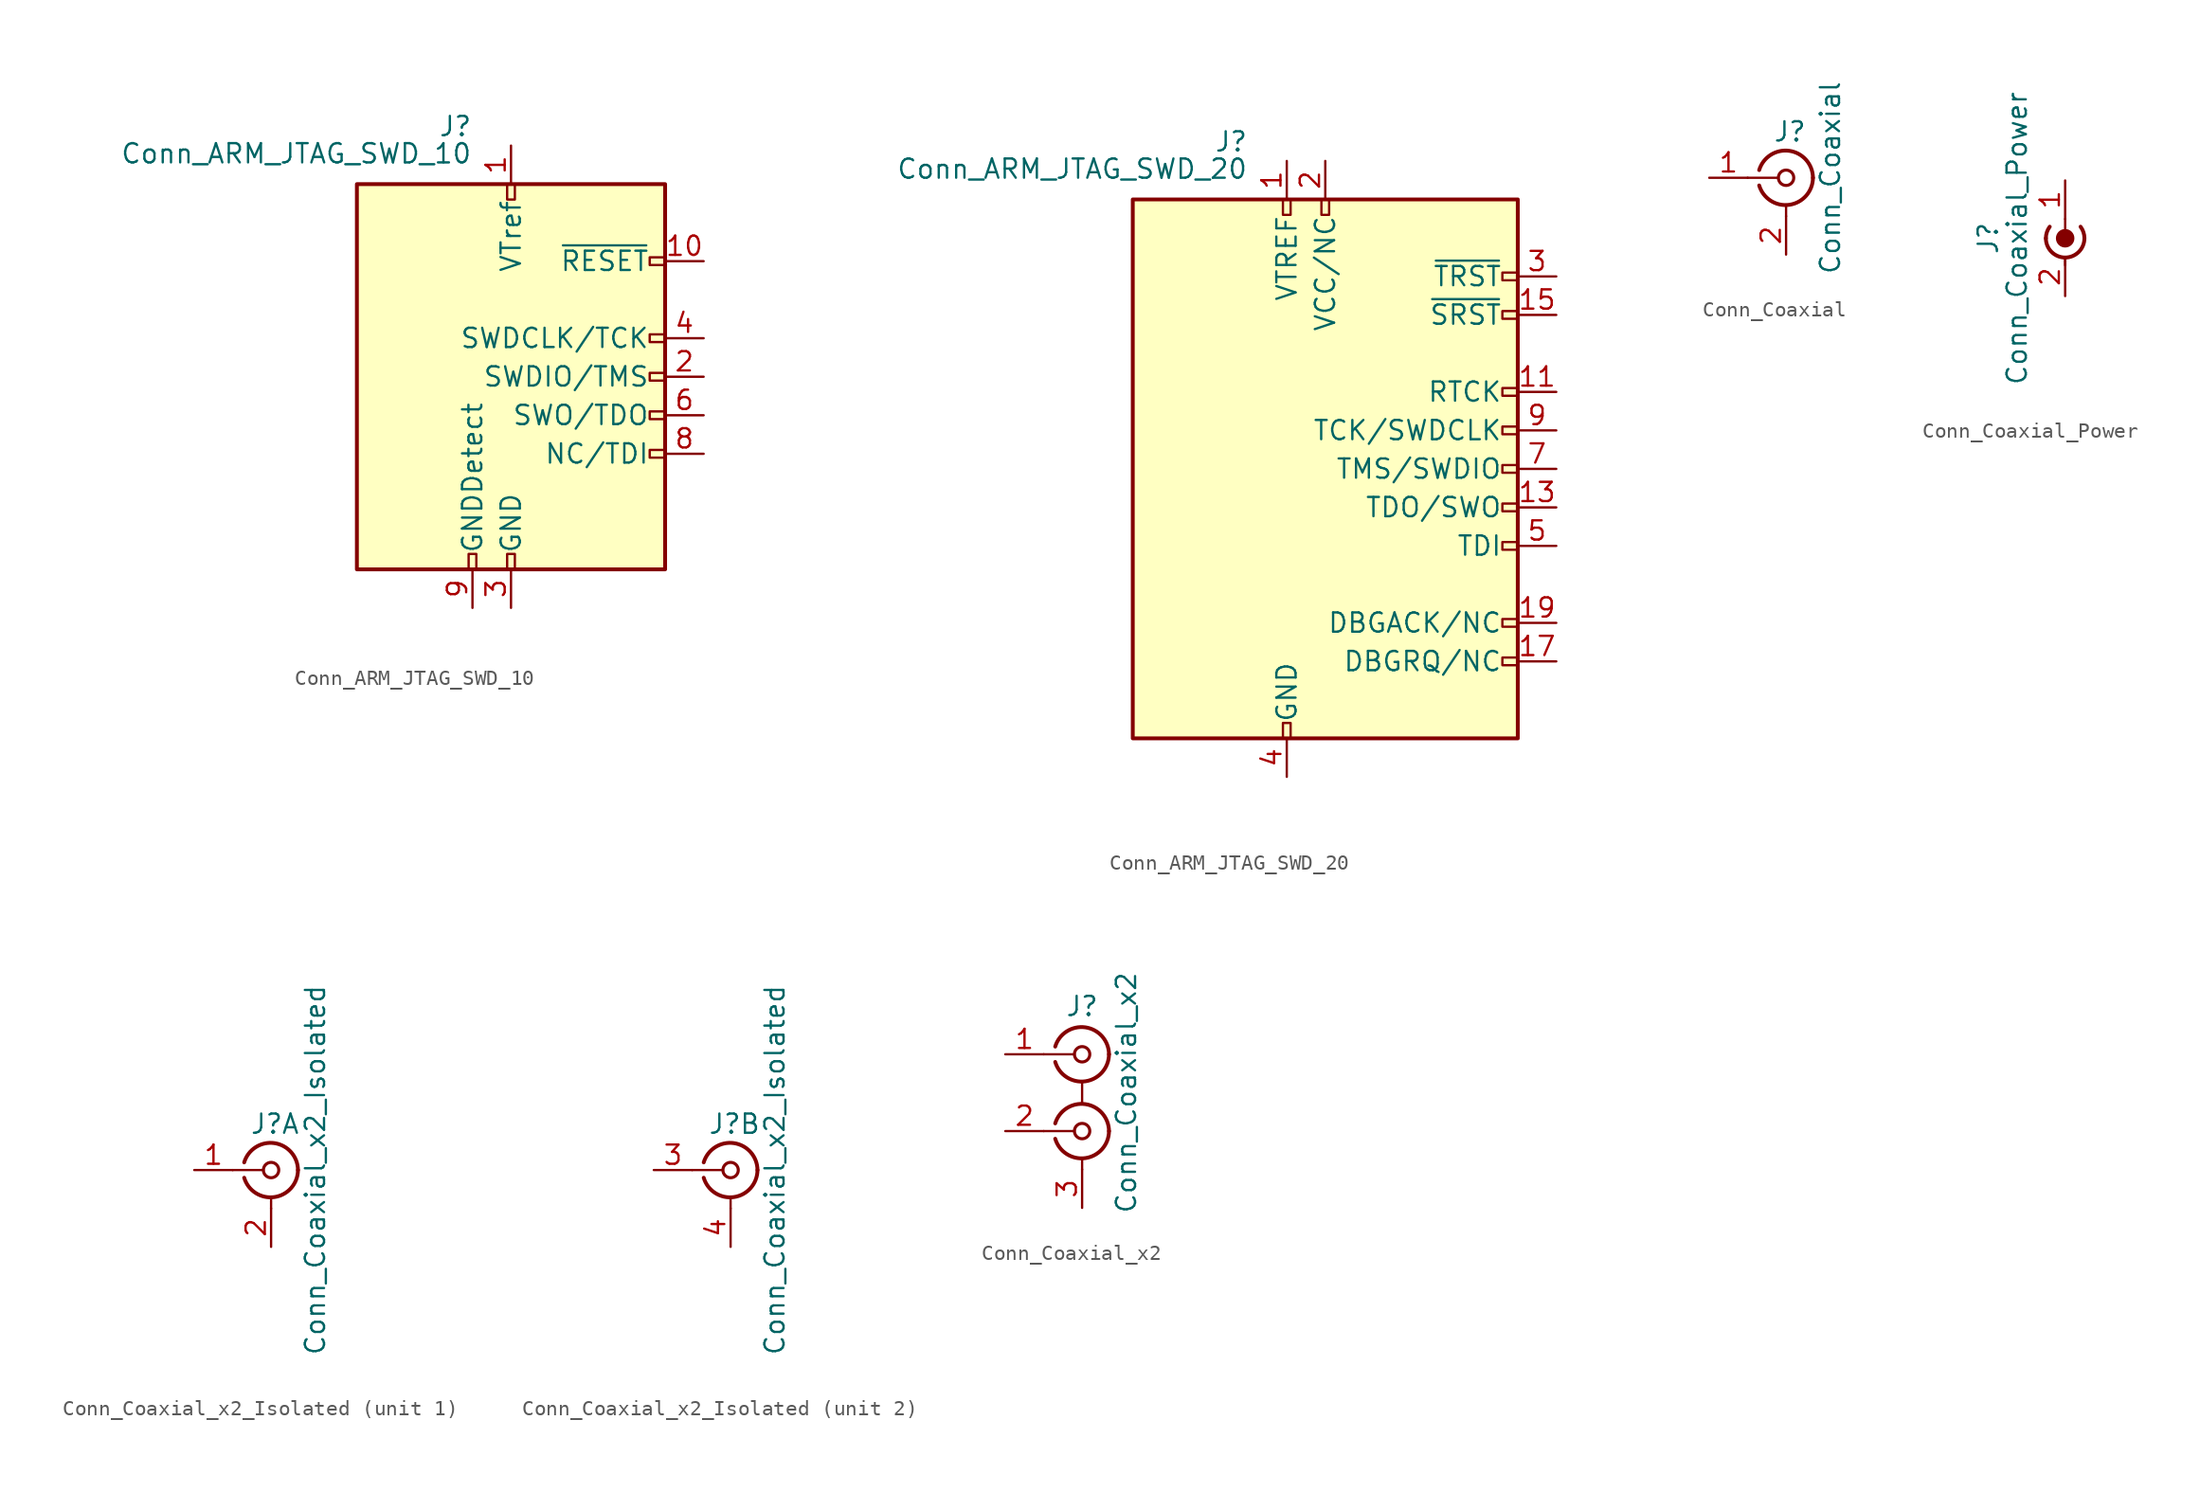
<source format=kicad_sym>
(kicad_symbol_lib
  (version 20201005)
  (generator kicad_symbol_editor)
  (symbol "Connector:Conn_ARM_JTAG_SWD_10"
    (pin_names
      (offset 1.016))
    (property "Reference" "J"
      (at -2.54 16.51 0)
      (effects (font (size 1.27 1.27)) (justify right)))
    (property "Value" "Conn_ARM_JTAG_SWD_10"
      (at -2.54 13.97 0)
      (effects (font (size 1.27 1.27)) (justify right bottom)))
    (symbol "Conn_ARM_JTAG_SWD_10_0_1"
      (rectangle (start -10.16 12.7) (end 10.16 -12.7) (stroke (width 0.254)) (fill (type background)))
      (rectangle (start -2.794 -12.7) (end -2.286 -11.684) (stroke (width 0)) (fill (type none)))
      (rectangle (start -0.254 -12.7) (end 0.254 -11.684) (stroke (width 0)) (fill (type none)))
      (rectangle (start -0.254 12.7) (end 0.254 11.684) (stroke (width 0)) (fill (type none)))
      (rectangle (start 9.144 2.286) (end 10.16 2.794) (stroke (width 0)) (fill (type none)))
      (rectangle (start 10.16 -2.794) (end 9.144 -2.286) (stroke (width 0)) (fill (type none)))
      (rectangle (start 10.16 -0.254) (end 9.144 0.254) (stroke (width 0)) (fill (type none)))
      (rectangle (start 10.16 7.874) (end 9.144 7.366) (stroke (width 0)) (fill (type none))))
    (symbol "Conn_ARM_JTAG_SWD_10_1_1"
      (rectangle (start 9.144 -5.334) (end 10.16 -4.826) (stroke (width 0)) (fill (type none)))
      (pin power_in line (at 0 15.24 270) (length 2.54) (name "VTref" (effects (font (size 1.27 1.27)))) (number "1" (effects (font (size 1.27 1.27)))))
      (pin open_collector line (at 12.7 7.62 180) (length 2.54) (name "~RESET~" (effects (font (size 1.27 1.27)))) (number "10" (effects (font (size 1.27 1.27)))))
      (pin bidirectional line (at 12.7 0 180) (length 2.54) (name "SWDIO/TMS" (effects (font (size 1.27 1.27)))) (number "2" (effects (font (size 1.27 1.27)))))
      (pin power_in line (at 0 -15.24 90) (length 2.54) (name "GND" (effects (font (size 1.27 1.27)))) (number "3" (effects (font (size 1.27 1.27)))))
      (pin output line (at 12.7 2.54 180) (length 2.54) (name "SWDCLK/TCK" (effects (font (size 1.27 1.27)))) (number "4" (effects (font (size 1.27 1.27)))))
      (pin passive line (at 0 -15.24 90) (length 2.54) hide (name "GND" (effects (font (size 1.27 1.27)))) (number "5" (effects (font (size 1.27 1.27)))))
      (pin input line (at 12.7 -2.54 180) (length 2.54) (name "SWO/TDO" (effects (font (size 1.27 1.27)))) (number "6" (effects (font (size 1.27 1.27)))))
      (pin no_connect line (at -10.16 0 0) (length 2.54) hide (name "KEY" (effects (font (size 1.27 1.27)))) (number "7" (effects (font (size 1.27 1.27)))))
      (pin output line (at 12.7 -5.08 180) (length 2.54) (name "NC/TDI" (effects (font (size 1.27 1.27)))) (number "8" (effects (font (size 1.27 1.27)))))
      (pin passive line (at -2.54 -15.24 90) (length 2.54) (name "GNDDetect" (effects (font (size 1.27 1.27)))) (number "9" (effects (font (size 1.27 1.27)))))))
  (symbol "Connector:Conn_ARM_JTAG_SWD_20"
    (pin_names
      (offset 1.016))
    (property "Reference" "J"
      (at -5.08 21.59 0)
      (effects (font (size 1.27 1.27)) (justify right)))
    (property "Value" "Conn_ARM_JTAG_SWD_20"
      (at -5.08 19.05 0)
      (effects (font (size 1.27 1.27)) (justify right bottom)))
    (symbol "Conn_ARM_JTAG_SWD_20_0_1"
      (rectangle (start -12.7 17.78) (end 12.7 -17.78) (stroke (width 0.254)) (fill (type background)))
      (rectangle (start -2.794 -17.78) (end -2.286 -16.764) (stroke (width 0)) (fill (type none)))
      (rectangle (start -2.794 17.78) (end -2.286 16.764) (stroke (width 0)) (fill (type none)))
      (rectangle (start -0.254 17.78) (end 0.254 16.764) (stroke (width 0)) (fill (type none)))
      (rectangle (start 11.684 2.286) (end 12.7 2.794) (stroke (width 0)) (fill (type none)))
      (rectangle (start 12.7 -12.446) (end 11.684 -12.954) (stroke (width 0)) (fill (type none)))
      (rectangle (start 12.7 -9.906) (end 11.684 -10.414) (stroke (width 0)) (fill (type none)))
      (rectangle (start 12.7 -2.794) (end 11.684 -2.286) (stroke (width 0)) (fill (type none)))
      (rectangle (start 12.7 -0.254) (end 11.684 0.254) (stroke (width 0)) (fill (type none)))
      (rectangle (start 12.7 4.826) (end 11.684 5.334) (stroke (width 0)) (fill (type none)))
      (rectangle (start 12.7 10.414) (end 11.684 9.906) (stroke (width 0)) (fill (type none)))
      (rectangle (start 12.7 12.954) (end 11.684 12.446) (stroke (width 0)) (fill (type none))))
    (symbol "Conn_ARM_JTAG_SWD_20_1_1"
      (rectangle (start 11.684 -5.334) (end 12.7 -4.826) (stroke (width 0)) (fill (type none)))
      (pin power_in line (at -2.54 20.32 270) (length 2.54) (name "VTREF" (effects (font (size 1.27 1.27)))) (number "1" (effects (font (size 1.27 1.27)))))
      (pin passive line (at -2.54 -20.32 90) (length 2.54) hide (name "GND" (effects (font (size 1.27 1.27)))) (number "10" (effects (font (size 1.27 1.27)))))
      (pin input line (at 15.24 5.08 180) (length 2.54) (name "RTCK" (effects (font (size 1.27 1.27)))) (number "11" (effects (font (size 1.27 1.27)))))
      (pin passive line (at -2.54 -20.32 90) (length 2.54) hide (name "GND" (effects (font (size 1.27 1.27)))) (number "12" (effects (font (size 1.27 1.27)))))
      (pin input line (at 15.24 -2.54 180) (length 2.54) (name "TDO/SWO" (effects (font (size 1.27 1.27)))) (number "13" (effects (font (size 1.27 1.27)))))
      (pin passive line (at -2.54 -20.32 90) (length 2.54) hide (name "GND" (effects (font (size 1.27 1.27)))) (number "14" (effects (font (size 1.27 1.27)))))
      (pin bidirectional line (at 15.24 10.16 180) (length 2.54) (name "~SRST~" (effects (font (size 1.27 1.27)))) (number "15" (effects (font (size 1.27 1.27)))))
      (pin passive line (at -2.54 -20.32 90) (length 2.54) hide (name "GND" (effects (font (size 1.27 1.27)))) (number "16" (effects (font (size 1.27 1.27)))))
      (pin output line (at 15.24 -12.7 180) (length 2.54) (name "DBGRQ/NC" (effects (font (size 1.27 1.27)))) (number "17" (effects (font (size 1.27 1.27)))))
      (pin passive line (at -2.54 -20.32 90) (length 2.54) hide (name "GND" (effects (font (size 1.27 1.27)))) (number "18" (effects (font (size 1.27 1.27)))))
      (pin input line (at 15.24 -10.16 180) (length 2.54) (name "DBGACK/NC" (effects (font (size 1.27 1.27)))) (number "19" (effects (font (size 1.27 1.27)))))
      (pin power_in line (at 0 20.32 270) (length 2.54) (name "VCC/NC" (effects (font (size 1.27 1.27)))) (number "2" (effects (font (size 1.27 1.27)))))
      (pin passive line (at -2.54 -20.32 90) (length 2.54) hide (name "GND" (effects (font (size 1.27 1.27)))) (number "20" (effects (font (size 1.27 1.27)))))
      (pin output line (at 15.24 12.7 180) (length 2.54) (name "~TRST~" (effects (font (size 1.27 1.27)))) (number "3" (effects (font (size 1.27 1.27)))))
      (pin power_in line (at -2.54 -20.32 90) (length 2.54) (name "GND" (effects (font (size 1.27 1.27)))) (number "4" (effects (font (size 1.27 1.27)))))
      (pin output line (at 15.24 -5.08 180) (length 2.54) (name "TDI" (effects (font (size 1.27 1.27)))) (number "5" (effects (font (size 1.27 1.27)))))
      (pin passive line (at -2.54 -20.32 90) (length 2.54) hide (name "GND" (effects (font (size 1.27 1.27)))) (number "6" (effects (font (size 1.27 1.27)))))
      (pin output line (at 15.24 0 180) (length 2.54) (name "TMS/SWDIO" (effects (font (size 1.27 1.27)))) (number "7" (effects (font (size 1.27 1.27)))))
      (pin passive line (at -2.54 -20.32 90) (length 2.54) hide (name "GND" (effects (font (size 1.27 1.27)))) (number "8" (effects (font (size 1.27 1.27)))))
      (pin output line (at 15.24 2.54 180) (length 2.54) (name "TCK/SWDCLK" (effects (font (size 1.27 1.27)))) (number "9" (effects (font (size 1.27 1.27)))))))
  (symbol "Connector:Conn_Coaxial"
    (pin_names
      (offset 1.016) hide)
    (property "Reference" "J"
      (at 0.254 3.048 0)
      (effects (font (size 1.27 1.27))))
    (property "Value" "Conn_Coaxial"
      (at 2.921 0 90)
      (effects (font (size 1.27 1.27))))
    (symbol "Conn_Coaxial_0_1"
      (arc (start -1.778 0.508) (end 1.778 0) (radius (at -0.0508 0) (length 1.8034) (angles 163.6 0)) (stroke (width 0.254)) (fill (type none)))
      (arc (start 1.778 0) (end -1.778 -0.508) (radius (at -0.0254 0) (length 1.8034) (angles 0 -163.8)) (stroke (width 0.254)) (fill (type none)))
      (circle (center 0 0) (radius 0.508) (stroke (width 0.203)) (fill (type none)))
      (polyline (pts (xy -2.54 0) (xy -0.508 0)) (stroke (width 0)) (fill (type none)))
      (polyline (pts (xy 0 -2.54) (xy 0 -1.778)) (stroke (width 0)) (fill (type none))))
    (symbol "Conn_Coaxial_1_1"
      (pin passive line (at -5.08 0 0) (length 2.54) (name "In" (effects (font (size 1.27 1.27)))) (number "1" (effects (font (size 1.27 1.27)))))
      (pin passive line (at 0 -5.08 90) (length 2.54) (name "Ext" (effects (font (size 1.27 1.27)))) (number "2" (effects (font (size 1.27 1.27)))))))
  (symbol "Connector:Conn_Coaxial_Power"
    (pin_names
      (offset 1.016) hide)
    (property "Reference" "J"
      (at -5.08 -1.27 90)
      (effects (font (size 1.27 1.27))))
    (property "Value" "Conn_Coaxial_Power"
      (at -3.175 -1.27 90)
      (effects (font (size 1.27 1.27))))
    (symbol "Conn_Coaxial_Power_0_1"
      (arc (start 1.016 -0.508) (end 1.27 -1.27) (radius (at 0 -1.27) (length 1.27) (angles 36.9 0)) (stroke (width 0.254)) (fill (type none)))
      (arc (start -1.27 -1.27) (end -1.016 -0.508) (radius (at 0 -1.27) (length 1.27) (angles 180 143.1)) (stroke (width 0.254)) (fill (type none)))
      (arc (start -1.27 -1.27) (end 1.27 -1.27) (radius (at 0 -1.27) (length 1.27) (angles -179.9 -0.1)) (stroke (width 0.254)) (fill (type none)))
      (circle (center 0 -1.27) (radius 0.508) (stroke (width 0.203)) (fill (type outline)))
      (polyline (pts (xy 0 -2.54) (xy 0 -3.048)) (stroke (width 0)) (fill (type none)))
      (polyline (pts (xy 0 0) (xy 0 -1.27)) (stroke (width 0)) (fill (type none))))
    (symbol "Conn_Coaxial_Power_1_1"
      (pin passive line (at 0 2.54 270) (length 2.54) (name "In" (effects (font (size 1.27 1.27)))) (number "1" (effects (font (size 1.27 1.27)))))
      (pin passive line (at 0 -5.08 90) (length 2.54) (name "Ext" (effects (font (size 1.27 1.27)))) (number "2" (effects (font (size 1.27 1.27)))))))
  (symbol "Connector:Conn_Coaxial_x2_Isolated"
    (pin_names
      (offset 1.016) hide)
    (property "Reference" "J"
      (at 0.254 3.048 0)
      (effects (font (size 1.27 1.27))))
    (property "Value" "Conn_Coaxial_x2_Isolated"
      (at 2.921 0 90)
      (effects (font (size 1.27 1.27))))
    (symbol "Conn_Coaxial_x2_Isolated_0_1"
      (arc (start -1.778 0.508) (end 1.778 0) (radius (at -0.0508 0) (length 1.8034) (angles 163.6 0)) (stroke (width 0.254)) (fill (type none)))
      (arc (start 1.778 0) (end -1.778 -0.508) (radius (at -0.0254 0) (length 1.8034) (angles 0 -163.8)) (stroke (width 0.254)) (fill (type none)))
      (circle (center 0 0) (radius 0.508) (stroke (width 0.203)) (fill (type none)))
      (polyline (pts (xy -2.54 0) (xy -0.508 0)) (stroke (width 0)) (fill (type none)))
      (polyline (pts (xy 0 -2.54) (xy 0 -1.778)) (stroke (width 0)) (fill (type none))))
    (symbol "Conn_Coaxial_x2_Isolated_1_1"
      (pin passive line (at -5.08 0 0) (length 2.54) (name "In1" (effects (font (size 1.27 1.27)))) (number "1" (effects (font (size 1.27 1.27)))))
      (pin passive line (at 0 -5.08 90) (length 2.54) (name "Ext1" (effects (font (size 1.27 1.27)))) (number "2" (effects (font (size 1.27 1.27))))))
    (symbol "Conn_Coaxial_x2_Isolated_2_1"
      (pin passive line (at -5.08 0 0) (length 2.54) (name "In2" (effects (font (size 1.27 1.27)))) (number "3" (effects (font (size 1.27 1.27)))))
      (pin passive line (at 0 -5.08 90) (length 2.54) (name "Ext2" (effects (font (size 1.27 1.27)))) (number "4" (effects (font (size 1.27 1.27)))))))
  (symbol "Connector:Conn_Coaxial_x2"
    (pin_names
      (offset 1.016) hide)
    (property "Reference" "J"
      (at 0 5.715 0)
      (effects (font (size 1.27 1.27))))
    (property "Value" "Conn_Coaxial_x2"
      (at 2.921 0 90)
      (effects (font (size 1.27 1.27))))
    (symbol "Conn_Coaxial_x2_0_1"
      (arc (start -1.778 -2.032) (end 1.778 -2.54) (radius (at -0.0508 -2.54) (length 1.8034) (angles 163.6 0)) (stroke (width 0.254)) (fill (type none)))
      (arc (start -1.778 3.048) (end 1.778 2.54) (radius (at -0.0508 2.54) (length 1.8034) (angles 163.6 0)) (stroke (width 0.254)) (fill (type none)))
      (arc (start 1.778 -2.54) (end -1.778 -3.048) (radius (at -0.0254 -2.54) (length 1.8034) (angles 0 -163.8)) (stroke (width 0.254)) (fill (type none)))
      (arc (start 1.778 2.54) (end -1.778 2.032) (radius (at -0.0254 2.54) (length 1.8034) (angles 0 -163.8)) (stroke (width 0.254)) (fill (type none)))
      (circle (center 0 -2.54) (radius 0.508) (stroke (width 0.203)) (fill (type none)))
      (circle (center 0 2.54) (radius 0.508) (stroke (width 0.203)) (fill (type none)))
      (polyline (pts (xy -2.54 -2.54) (xy -0.508 -2.54)) (stroke (width 0)) (fill (type none)))
      (polyline (pts (xy -2.54 2.54) (xy -0.508 2.54)) (stroke (width 0)) (fill (type none)))
      (polyline (pts (xy 0 -5.08) (xy 0 -4.318)) (stroke (width 0)) (fill (type none)))
      (polyline (pts (xy 0 0.762) (xy 0 -0.635)) (stroke (width 0)) (fill (type none))))
    (symbol "Conn_Coaxial_x2_1_1"
      (pin passive line (at -5.08 2.54 0) (length 2.54) (name "IN1" (effects (font (size 1.27 1.27)))) (number "1" (effects (font (size 1.27 1.27)))))
      (pin passive line (at -5.08 -2.54 0) (length 2.54) (name "IN2" (effects (font (size 1.27 1.27)))) (number "2" (effects (font (size 1.27 1.27)))))
      (pin passive line (at 0 -7.62 90) (length 2.54) (name "EXT" (effects (font (size 1.27 1.27)))) (number "3" (effects (font (size 1.27 1.27))))))))
</source>
